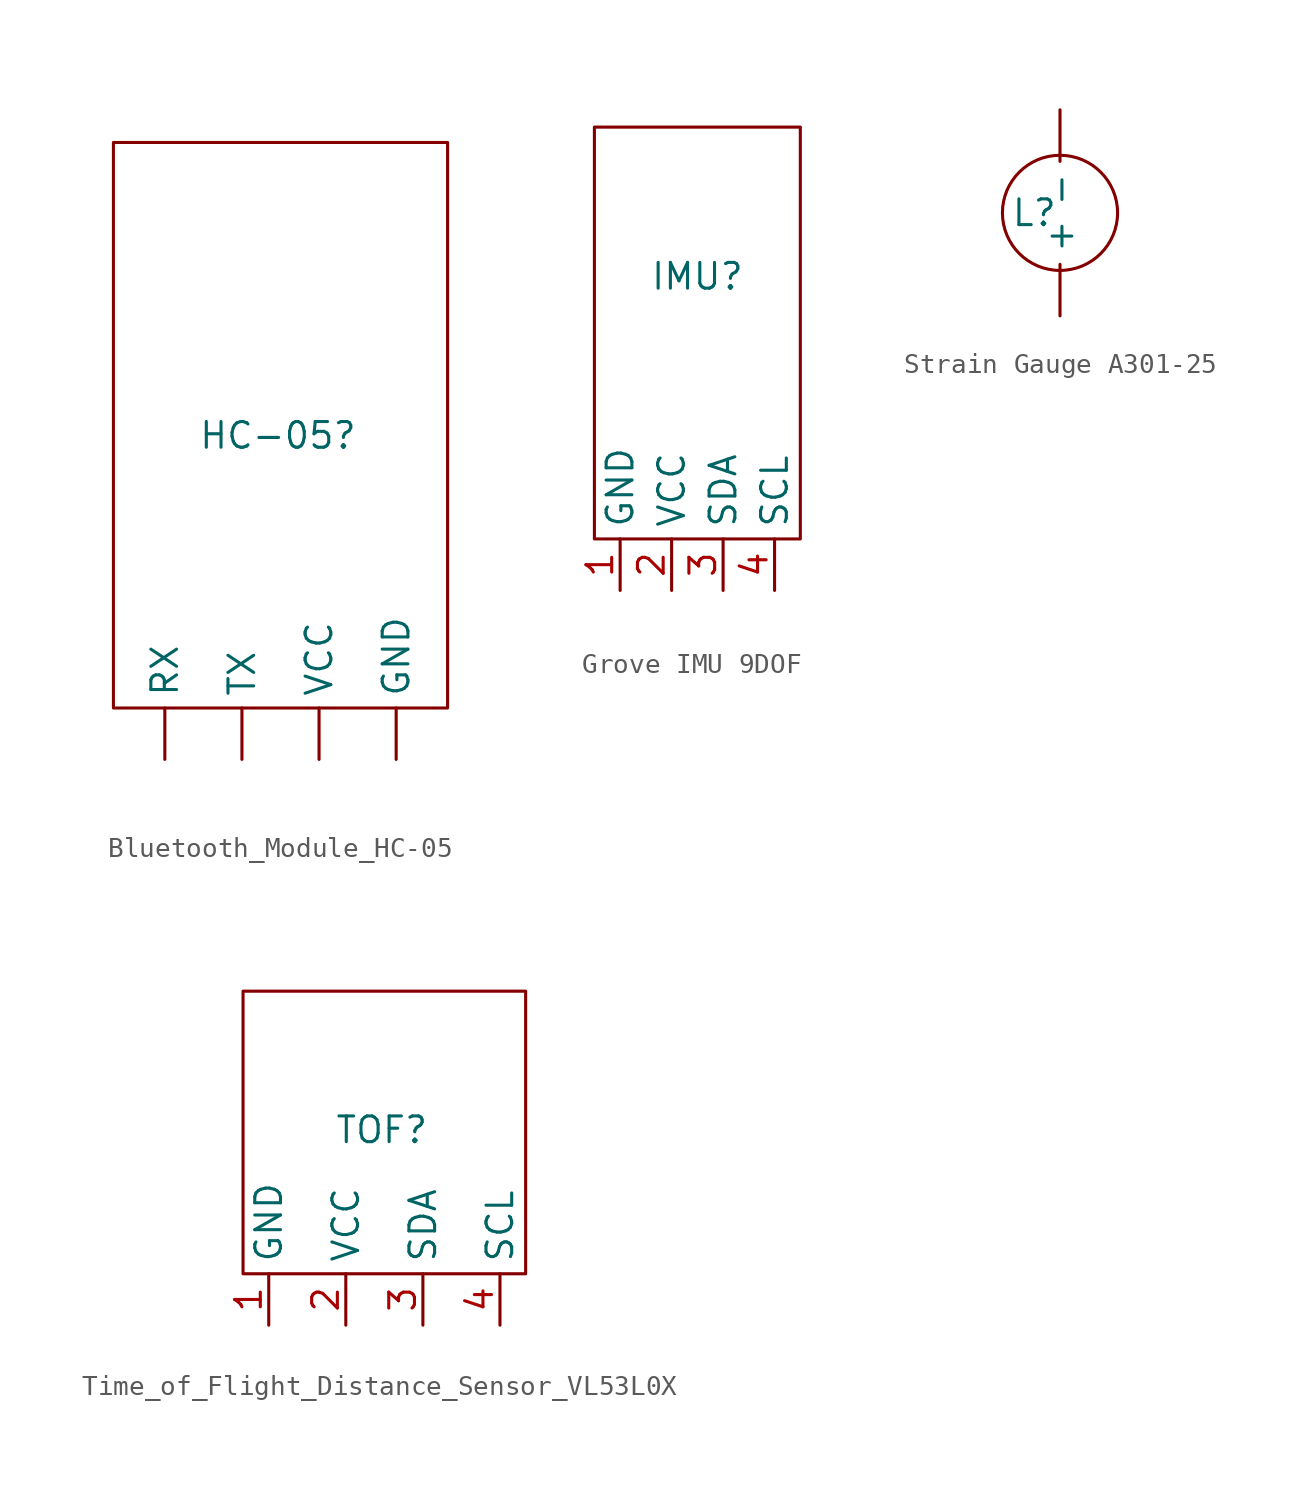
<source format=kicad_sym>
(kicad_symbol_lib
  (version 20241209)
  (generator "kicad_symbol_editor")
  (generator_version "9.0")
  (symbol "Bluetooth_Module_HC-05"
    (property "Reference" "HC-05"
      (at -0.762 -1.778 0)
      (effects (font (size 1.27 1.27))))
    (property "Value" ""
      (at 0 0 0)
      (effects (font (size 1.27 1.27))))
    (symbol "Bluetooth_Module_HC-05_0_1"
      (rectangle (start -8.89 12.7) (end 7.62 -15.24) (stroke (width 0) (type default)) (fill (type none))))
    (symbol "Bluetooth_Module_HC-05_1_1"
      (pin passive line (at -6.35 -17.78 90) (length 2.54) (name "RX" (effects (font (size 1.27 1.27)))) (number "" (effects (font (size 1.27 1.27)))))
      (pin passive line (at -2.54 -17.78 90) (length 2.54) (name "TX" (effects (font (size 1.27 1.27)))) (number "" (effects (font (size 1.27 1.27)))))
      (pin power_in line (at 1.27 -17.78 90) (length 2.54) (name "VCC" (effects (font (size 1.27 1.27)))) (number "" (effects (font (size 1.27 1.27)))))
      (pin passive line (at 5.08 -17.78 90) (length 2.54) (name "GND" (effects (font (size 1.27 1.27)))) (number "" (effects (font (size 1.27 1.27)))))))
  (symbol "Grove IMU 9DOF"
    (property "Reference" "IMU"
      (at 0 2.794 0)
      (effects (font (size 1.27 1.27))))
    (property "Value" ""
      (at 0 0 0)
      (effects (font (size 1.27 1.27))))
    (symbol "Grove IMU 9DOF_0_1"
      (rectangle (start -5.08 10.16) (end 5.08 -10.16) (stroke (width 0) (type default)) (fill (type none))))
    (symbol "Grove IMU 9DOF_1_1"
      (pin passive line (at -3.81 -12.7 90) (length 2.54) (name "GND" (effects (font (size 1.27 1.27)))) (number "1" (effects (font (size 1.27 1.27)))))
      (pin power_in line (at -1.27 -12.7 90) (length 2.54) (name "VCC" (effects (font (size 1.27 1.27)))) (number "2" (effects (font (size 1.27 1.27)))))
      (pin output line (at 1.27 -12.7 90) (length 2.54) (name "SDA" (effects (font (size 1.27 1.27)))) (number "3" (effects (font (size 1.27 1.27)))))
      (pin input line (at 3.81 -12.7 90) (length 2.54) (name "SCL" (effects (font (size 1.27 1.27)))) (number "4" (effects (font (size 1.27 1.27)))))))
  (symbol "Strain Gauge A301-25"
    (property "Reference" "L"
      (at -1.27 0 0)
      (effects (font (size 1.27 1.27))))
    (property "Value" ""
      (at 0 0 0)
      (effects (font (size 1.27 1.27))))
    (symbol "Strain Gauge A301-25_0_1"
      (circle (center 0 0) (radius 2.84) (stroke (width 0) (type default)) (fill (type none))))
    (symbol "Strain Gauge A301-25_1_1"
      (pin passive line (at 0 5.08 270) (length 2.54) (name "-" (effects (font (size 1.27 1.27)))) (number "" (effects (font (size 1.27 1.27)))))
      (pin passive line (at 0 -5.08 90) (length 2.54) (name "+" (effects (font (size 1.27 1.27)))) (number "" (effects (font (size 1.27 1.27)))))))
  (symbol "Time_of_Flight_Distance_Sensor_VL53L0X"
    (property "Reference" "TOF"
      (at 0.508 0.762 0)
      (effects (font (size 1.27 1.27))))
    (property "Value" ""
      (at 0 0 0)
      (effects (font (size 1.27 1.27))))
    (symbol "Time_of_Flight_Distance_Sensor_VL53L0X_0_1"
      (rectangle (start -6.35 7.62) (end 7.62 -6.35) (stroke (width 0) (type default)) (fill (type none))))
    (symbol "Time_of_Flight_Distance_Sensor_VL53L0X_1_1"
      (pin passive line (at -5.08 -8.89 90) (length 2.54) (name "GND" (effects (font (size 1.27 1.27)))) (number "1" (effects (font (size 1.27 1.27)))))
      (pin power_in line (at -1.27 -8.89 90) (length 2.54) (name "VCC" (effects (font (size 1.27 1.27)))) (number "2" (effects (font (size 1.27 1.27)))))
      (pin output line (at 2.54 -8.89 90) (length 2.54) (name "SDA" (effects (font (size 1.27 1.27)))) (number "3" (effects (font (size 1.27 1.27)))))
      (pin input line (at 6.35 -8.89 90) (length 2.54) (name "SCL" (effects (font (size 1.27 1.27)))) (number "4" (effects (font (size 1.27 1.27))))))))
</source>
